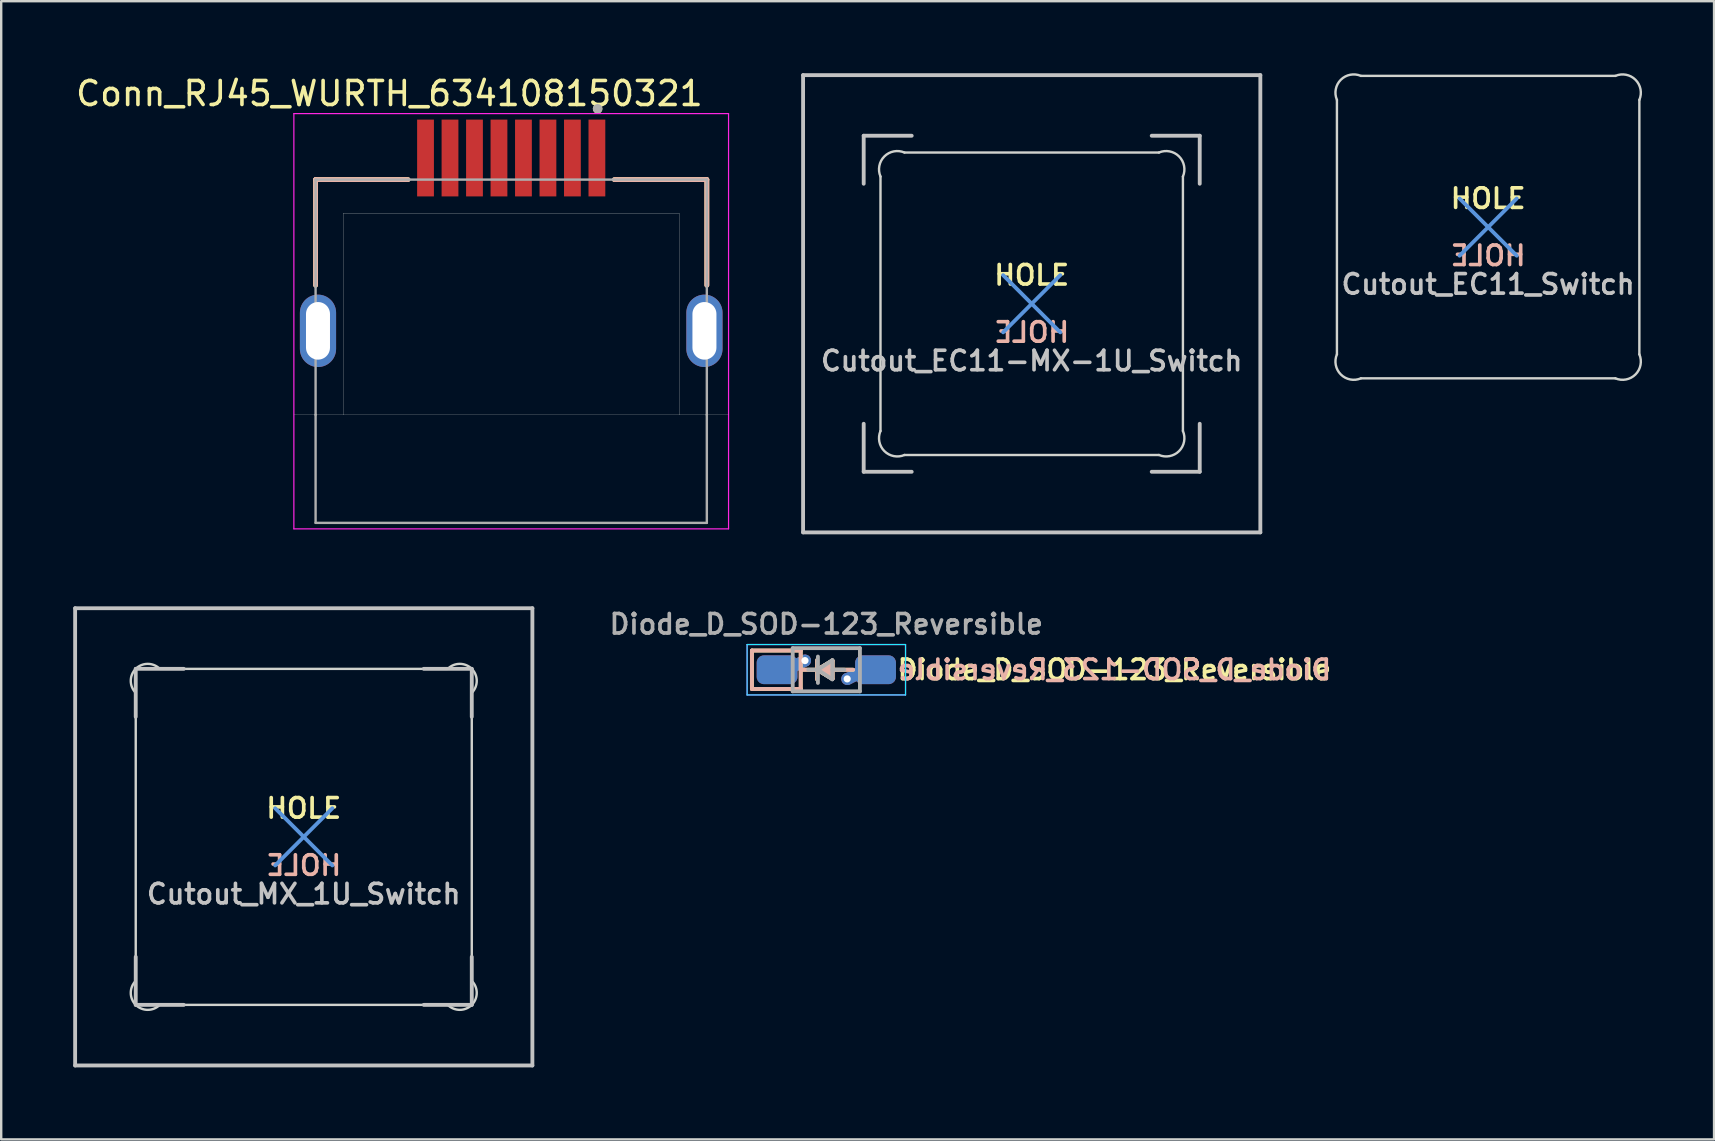
<source format=kicad_pcb>
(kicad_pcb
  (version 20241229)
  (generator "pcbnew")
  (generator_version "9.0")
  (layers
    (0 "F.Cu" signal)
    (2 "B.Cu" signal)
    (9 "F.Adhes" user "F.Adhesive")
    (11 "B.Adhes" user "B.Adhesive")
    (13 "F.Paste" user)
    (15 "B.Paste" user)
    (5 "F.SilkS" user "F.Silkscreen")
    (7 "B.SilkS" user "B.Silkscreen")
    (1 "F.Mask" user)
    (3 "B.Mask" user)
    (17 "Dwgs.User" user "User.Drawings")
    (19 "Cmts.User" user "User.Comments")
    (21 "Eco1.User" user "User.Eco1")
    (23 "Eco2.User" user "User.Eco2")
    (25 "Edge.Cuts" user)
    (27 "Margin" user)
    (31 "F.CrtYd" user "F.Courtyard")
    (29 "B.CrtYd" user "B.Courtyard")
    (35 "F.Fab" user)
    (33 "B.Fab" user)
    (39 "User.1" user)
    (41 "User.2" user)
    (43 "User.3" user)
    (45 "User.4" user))
  (footprint "Cutout_MX_1U_Switch"
    (layer "F.Cu")
    (at 9.605 31.815)
    (property "Reference" "Cutout_MX_1U_Switch" (at 0 2.381 0) (layer "Dwgs.User") (effects (font (size 0.813 0.813) (thickness 0.152))))
    (attr exclude_from_pos_files exclude_from_bom)
    (fp_line (start -9.525 -9.525) (end 9.525 -9.525) (stroke (width 0.16) (type solid)) (layer "Dwgs.User"))
    (fp_line (start -9.525 9.525) (end -9.525 -9.525) (stroke (width 0.16) (type solid)) (layer "Dwgs.User"))
    (fp_line (start -7 -7) (end -7 -5) (stroke (width 0.16) (type solid)) (layer "Dwgs.User"))
    (fp_line (start -7 5) (end -7 7) (stroke (width 0.16) (type solid)) (layer "Dwgs.User"))
    (fp_line (start -7 7) (end -5 7) (stroke (width 0.16) (type solid)) (layer "Dwgs.User"))
    (fp_line (start -5 -7) (end -7 -7) (stroke (width 0.16) (type solid)) (layer "Dwgs.User"))
    (fp_line (start 5 -7) (end 7 -7) (stroke (width 0.16) (type solid)) (layer "Dwgs.User"))
    (fp_line (start 5 7) (end 7 7) (stroke (width 0.16) (type solid)) (layer "Dwgs.User"))
    (fp_line (start 7 -7) (end 7 -5) (stroke (width 0.16) (type solid)) (layer "Dwgs.User"))
    (fp_line (start 7 7) (end 7 5) (stroke (width 0.16) (type solid)) (layer "Dwgs.User"))
    (fp_line (start 9.525 -9.525) (end 9.525 9.525) (stroke (width 0.16) (type solid)) (layer "Dwgs.User"))
    (fp_line (start 9.525 9.525) (end -9.525 9.525) (stroke (width 0.16) (type solid)) (layer "Dwgs.User"))
    (fp_line (start -1.191 -1.191) (end 1.191 1.191) (stroke (width 0.16) (type solid)) (layer "Cmts.User"))
    (fp_line (start -1.191 1.191) (end 1.191 -1.191) (stroke (width 0.16) (type solid)) (layer "Cmts.User"))
    (fp_line (start -7 6) (end -7 -6) (stroke (width 0.1) (type solid)) (layer "Edge.Cuts"))
    (fp_line (start -6 -7) (end 6 -7) (stroke (width 0.1) (type solid)) (layer "Edge.Cuts"))
    (fp_line (start 6 7) (end -6 7) (stroke (width 0.1) (type solid)) (layer "Edge.Cuts"))
    (fp_line (start 7 -6) (end 7 6) (stroke (width 0.1) (type solid)) (layer "Edge.Cuts"))
    (fp_arc (start -7 -6) (mid -7 -7) (end -6 -7) (stroke (width 0.1) (type solid)) (layer "Edge.Cuts"))
    (fp_arc (start -6 7) (mid -7 7) (end -7 6) (stroke (width 0.1) (type solid)) (layer "Edge.Cuts"))
    (fp_arc (start 6 -7) (mid 7 -7) (end 7 -6) (stroke (width 0.1) (type solid)) (layer "Edge.Cuts"))
    (fp_arc (start 7 6) (mid 7 7) (end 6 7) (stroke (width 0.1) (type solid)) (layer "Edge.Cuts"))
    (fp_text user "HOLE" (at 0 -1.191 0) (layer "F.SilkS") (effects (font (size 0.813 0.813) (thickness 0.152))))
    (fp_text user "HOLE" (at 0 1.191 0) (layer "B.SilkS") (effects (font (size 0.813 0.813) (thickness 0.152)) (justify mirror))))
  (footprint "Cutout_EC11-MX-1U_Switch"
    (layer "F.Cu")
    (at 39.933 9.605)
    (property "Reference" "Cutout_EC11-MX-1U_Switch" (at 0 2.381 0) (layer "Dwgs.User") (effects (font (size 0.813 0.813) (thickness 0.152))))
    (attr exclude_from_pos_files exclude_from_bom)
    (fp_line (start -9.525 -9.525) (end 9.525 -9.525) (stroke (width 0.16) (type solid)) (layer "Dwgs.User"))
    (fp_line (start -9.525 9.525) (end -9.525 -9.525) (stroke (width 0.16) (type solid)) (layer "Dwgs.User"))
    (fp_line (start -7 -7) (end -7 -5) (stroke (width 0.16) (type solid)) (layer "Dwgs.User"))
    (fp_line (start -7 5) (end -7 7) (stroke (width 0.16) (type solid)) (layer "Dwgs.User"))
    (fp_line (start -7 7) (end -5 7) (stroke (width 0.16) (type solid)) (layer "Dwgs.User"))
    (fp_line (start -5 -7) (end -7 -7) (stroke (width 0.16) (type solid)) (layer "Dwgs.User"))
    (fp_line (start 5 -7) (end 7 -7) (stroke (width 0.16) (type solid)) (layer "Dwgs.User"))
    (fp_line (start 5 7) (end 7 7) (stroke (width 0.16) (type solid)) (layer "Dwgs.User"))
    (fp_line (start 7 -7) (end 7 -5) (stroke (width 0.16) (type solid)) (layer "Dwgs.User"))
    (fp_line (start 7 7) (end 7 5) (stroke (width 0.16) (type solid)) (layer "Dwgs.User"))
    (fp_line (start 9.525 -9.525) (end 9.525 9.525) (stroke (width 0.16) (type solid)) (layer "Dwgs.User"))
    (fp_line (start 9.525 9.525) (end -9.525 9.525) (stroke (width 0.16) (type solid)) (layer "Dwgs.User"))
    (fp_line (start -1.191 -1.191) (end 1.191 1.191) (stroke (width 0.16) (type solid)) (layer "Cmts.User"))
    (fp_line (start -1.191 1.191) (end 1.191 -1.191) (stroke (width 0.16) (type solid)) (layer "Cmts.User"))
    (fp_line (start -6.3 5.3) (end -6.3 -5.3) (stroke (width 0.1) (type solid)) (layer "Edge.Cuts"))
    (fp_line (start -5.3 -6.3) (end 5.3 -6.3) (stroke (width 0.1) (type solid)) (layer "Edge.Cuts"))
    (fp_line (start 5.3 6.3) (end -5.3 6.3) (stroke (width 0.1) (type solid)) (layer "Edge.Cuts"))
    (fp_line (start 6.3 -5.3) (end 6.3 5.3) (stroke (width 0.1) (type solid)) (layer "Edge.Cuts"))
    (fp_arc (start -6.3 -5.3) (mid -6.138516 -6.138516) (end -5.3 -6.3) (stroke (width 0.1) (type solid)) (layer "Edge.Cuts"))
    (fp_arc (start -5.3 6.3) (mid -6.138516 6.138516) (end -6.3 5.3) (stroke (width 0.1) (type solid)) (layer "Edge.Cuts"))
    (fp_arc (start 5.3 -6.3) (mid 6.138516 -6.138516) (end 6.3 -5.3) (stroke (width 0.1) (type solid)) (layer "Edge.Cuts"))
    (fp_arc (start 6.3 5.3) (mid 6.138516 6.138516) (end 5.3 6.3) (stroke (width 0.1) (type solid)) (layer "Edge.Cuts"))
    (fp_text user "HOLE" (at 0 -1.191 0) (layer "F.SilkS") (effects (font (size 0.813 0.813) (thickness 0.152))))
    (fp_text user "HOLE" (at 0 1.191 0) (layer "B.SilkS") (effects (font (size 0.813 0.813) (thickness 0.152)) (justify mirror))))
  (footprint "Diode_D_SOD-123_Reversible"
    (layer "F.Cu")
    (at 31.376 24.853)
    (property "Reference" "Diode_D_SOD-123_Reversible" (at 2.882 0 0) (layer "F.SilkS") (effects (font (size 0.813 0.813) (thickness 0.152)) (justify left)))
    (attr smd)
    (fp_line (start -3.1 -0.8) (end -1.067 -0.8) (stroke (width 0.16) (type solid)) (layer "F.SilkS"))
    (fp_line (start -3.1 0.8) (end -3.1 -0.8) (stroke (width 0.16) (type solid)) (layer "F.SilkS"))
    (fp_line (start -1.067 -0.8) (end -1.067 0.8) (stroke (width 0.16) (type solid)) (layer "F.SilkS"))
    (fp_line (start -1.067 0.8) (end -3.1 0.8) (stroke (width 0.16) (type solid)) (layer "F.SilkS"))
    (fp_line (start -1.041 0) (end -0.381 0) (stroke (width 0.16) (type solid)) (layer "F.SilkS"))
    (fp_line (start -0.381 -0.406) (end -0.381 0.406) (stroke (width 0.16) (type solid)) (layer "F.SilkS"))
    (fp_line (start -0.381 0) (end 0.254 -0.381) (stroke (width 0.16) (type solid)) (layer "F.SilkS"))
    (fp_line (start 0.254 -0.381) (end 0.254 0.381) (stroke (width 0.16) (type solid)) (layer "F.SilkS"))
    (fp_line (start 0.254 0) (end 1.118 0) (stroke (width 0.16) (type solid)) (layer "F.SilkS"))
    (fp_line (start 0.254 0.381) (end -0.381 0) (stroke (width 0.16) (type solid)) (layer "F.SilkS"))
    (fp_poly (pts (xy 0.254 0.381) (xy -0.381 0) (xy 0.254 -0.381)) (stroke (width 0.16) (type solid)) (fill yes) (layer "F.SilkS"))
    (fp_line (start -3.1 -0.8) (end -3.1 0.8) (stroke (width 0.16) (type solid)) (layer "B.SilkS"))
    (fp_line (start -3.1 0.8) (end -1.067 0.8) (stroke (width 0.16) (type solid)) (layer "B.SilkS"))
    (fp_line (start -1.067 -0.8) (end -3.1 -0.8) (stroke (width 0.16) (type solid)) (layer "B.SilkS"))
    (fp_line (start -1.067 0.8) (end -1.067 -0.8) (stroke (width 0.16) (type solid)) (layer "B.SilkS"))
    (fp_line (start -1.041 0) (end -0.381 0) (stroke (width 0.16) (type solid)) (layer "B.SilkS"))
    (fp_line (start -0.381 0) (end 0.254 0.381) (stroke (width 0.16) (type solid)) (layer "B.SilkS"))
    (fp_line (start -0.381 0.406) (end -0.381 -0.406) (stroke (width 0.16) (type solid)) (layer "B.SilkS"))
    (fp_line (start 0.254 -0.381) (end -0.381 0) (stroke (width 0.16) (type solid)) (layer "B.SilkS"))
    (fp_line (start 0.254 0) (end 1.118 0) (stroke (width 0.16) (type solid)) (layer "B.SilkS"))
    (fp_line (start 0.254 0.381) (end 0.254 -0.381) (stroke (width 0.16) (type solid)) (layer "B.SilkS"))
    (fp_poly (pts (xy 0.254 -0.381) (xy -0.381 0) (xy 0.254 0.381)) (stroke (width 0.16) (type solid)) (fill yes) (layer "B.SilkS"))
    (fp_line (start -3.3 -1.05) (end -3.3 1.05) (stroke (width 0.05) (type solid)) (layer "B.CrtYd"))
    (fp_line (start -3.3 -1.05) (end 3.3 -1.05) (stroke (width 0.05) (type solid)) (layer "B.CrtYd"))
    (fp_line (start 3.3 -1.05) (end 3.3 1.05) (stroke (width 0.05) (type solid)) (layer "B.CrtYd"))
    (fp_line (start 3.3 1.05) (end -3.3 1.05) (stroke (width 0.05) (type solid)) (layer "B.CrtYd"))
    (fp_line (start -3.3 -1.05) (end -3.3 1.05) (stroke (width 0.05) (type solid)) (layer "F.CrtYd"))
    (fp_line (start -3.3 -1.05) (end 3.3 -1.05) (stroke (width 0.05) (type solid)) (layer "F.CrtYd"))
    (fp_line (start 3.3 -1.05) (end 3.3 1.05) (stroke (width 0.05) (type solid)) (layer "F.CrtYd"))
    (fp_line (start 3.3 1.05) (end -3.3 1.05) (stroke (width 0.05) (type solid)) (layer "F.CrtYd"))
    (fp_line (start -1.4 -0.9) (end 1.4 -0.9) (stroke (width 0.16) (type solid)) (layer "F.Fab"))
    (fp_line (start -1.4 0.9) (end -1.4 -0.9) (stroke (width 0.16) (type solid)) (layer "F.Fab"))
    (fp_line (start -0.75 0) (end -0.35 0) (stroke (width 0.16) (type solid)) (layer "F.Fab"))
    (fp_line (start -0.35 0) (end -0.35 -0.55) (stroke (width 0.16) (type solid)) (layer "F.Fab"))
    (fp_line (start -0.35 0) (end -0.35 0.55) (stroke (width 0.16) (type solid)) (layer "F.Fab"))
    (fp_line (start -0.35 0) (end 0.25 -0.4) (stroke (width 0.16) (type solid)) (layer "F.Fab"))
    (fp_line (start 0.25 -0.4) (end 0.25 0.4) (stroke (width 0.16) (type solid)) (layer "F.Fab"))
    (fp_line (start 0.25 0) (end 0.75 0) (stroke (width 0.16) (type solid)) (layer "F.Fab"))
    (fp_line (start 0.25 0.4) (end -0.35 0) (stroke (width 0.16) (type solid)) (layer "F.Fab"))
    (fp_line (start 1.4 -0.9) (end 1.4 0.9) (stroke (width 0.16) (type solid)) (layer "F.Fab"))
    (fp_line (start 1.4 0.9) (end -1.4 0.9) (stroke (width 0.16) (type solid)) (layer "F.Fab"))
    (fp_text user "${REFERENCE}" (at 2.882 0 0) (layer "B.SilkS") (effects (font (size 0.813 0.813) (thickness 0.152)) (justify right mirror)))
    (fp_text user "${REFERENCE}" (at 0 -1.9 0) (layer "F.Fab") (effects (font (size 0.813 0.813) (thickness 0.152))))
    (pad "1" smd roundrect (at -2.051 0) (size 1.701 1.2) (layers "F.Cu" "F.Mask" "F.Paste") (roundrect_rratio 0.25))
    (pad "1" smd roundrect (at -2.051 0) (size 1.701 1.2) (layers "B.Cu" "B.Mask" "B.Paste") (roundrect_rratio 0.25))
    (pad "1" smd custom (at -1.651 0) (size 0.01 0.01) (layers "F.Cu") (options (anchor circle)) (primitives (gr_line (start 0.762 -0.381) (end 0 0) (width 0.5))))
    (pad "1" smd custom (at -1.651 0) (size 0.01 0.01) (layers "B.Cu") (options (anchor circle)) (primitives (gr_line (start 0.762 -0.381) (end 0 0) (width 0.5))))
    (pad "1" thru_hole circle (at -0.889 -0.381) (size 0.5 0.5) (drill 0.3) (layers "*.Cu"))
    (pad "2" thru_hole circle (at 0.87 0.381) (size 0.5 0.5) (drill 0.3) (layers "*.Cu"))
    (pad "2" smd custom (at 1.651 0) (size 0.01 0.01) (layers "F.Cu") (options (anchor circle)) (primitives (gr_line (start -0.761 0.381) (end 0.001 0) (width 0.5))))
    (pad "2" smd custom (at 1.651 0) (size 0.01 0.01) (layers "B.Cu") (options (anchor circle)) (primitives (gr_line (start -0.761 0.381) (end 0.001 0) (width 0.5))))
    (pad "2" smd roundrect (at 2.051 0) (size 1.701 1.2) (layers "F.Cu" "F.Mask" "F.Paste") (roundrect_rratio 0.25))
    (pad "2" smd roundrect (at 2.051 0) (size 1.701 1.2) (layers "B.Cu" "B.Mask" "B.Paste") (roundrect_rratio 0.25)))
  (footprint "Cutout_EC11_Switch"
    (layer "F.Cu")
    (at 58.949 6.412)
    (property "Reference" "Cutout_EC11_Switch" (at 0 2.381 0) (layer "Dwgs.User") (effects (font (size 0.813 0.813) (thickness 0.152))))
    (attr exclude_from_pos_files exclude_from_bom)
    (fp_line (start -1.191 -1.191) (end 1.191 1.191) (stroke (width 0.16) (type solid)) (layer "Cmts.User"))
    (fp_line (start -1.191 1.191) (end 1.191 -1.191) (stroke (width 0.16) (type solid)) (layer "Cmts.User"))
    (fp_line (start -6.3 5.3) (end -6.3 -5.3) (stroke (width 0.1) (type solid)) (layer "Edge.Cuts"))
    (fp_line (start -5.3 -6.3) (end 5.3 -6.3) (stroke (width 0.1) (type solid)) (layer "Edge.Cuts"))
    (fp_line (start 5.3 6.3) (end -5.3 6.3) (stroke (width 0.1) (type solid)) (layer "Edge.Cuts"))
    (fp_line (start 6.3 -5.3) (end 6.3 5.3) (stroke (width 0.1) (type solid)) (layer "Edge.Cuts"))
    (fp_arc (start -6.3 -5.3) (mid -6.138516 -6.138516) (end -5.3 -6.3) (stroke (width 0.1) (type solid)) (layer "Edge.Cuts"))
    (fp_arc (start -5.3 6.3) (mid -6.138516 6.138516) (end -6.3 5.3) (stroke (width 0.1) (type solid)) (layer "Edge.Cuts"))
    (fp_arc (start 5.3 -6.3) (mid 6.138516 -6.138516) (end 6.3 -5.3) (stroke (width 0.1) (type solid)) (layer "Edge.Cuts"))
    (fp_arc (start 6.3 5.3) (mid 6.138516 6.138516) (end 5.3 6.3) (stroke (width 0.1) (type solid)) (layer "Edge.Cuts"))
    (fp_text user "HOLE" (at 0 -1.191 0) (layer "F.SilkS") (effects (font (size 0.813 0.813) (thickness 0.152))))
    (fp_text user "HOLE" (at 0 1.191 0) (layer "B.SilkS") (effects (font (size 0.813 0.813) (thickness 0.152)) (justify mirror))))
  (footprint "Conn_RJ45_WURTH_634108150321"
    (layer "F.Cu")
    (at 18.248 10.733)
    (property "Reference" "Conn_RJ45_WURTH_634108150321" (at -5.075 -9.885 0) (layer "F.SilkS") (effects (font (size 1 1) (thickness 0.15))))
    (attr smd)
    (fp_line (start -8.15 -6.3) (end -8.15 -1.9) (stroke (width 0.2) (type solid)) (layer "F.SilkS"))
    (fp_line (start -4.3 -6.3) (end -8.15 -6.3) (stroke (width 0.2) (type solid)) (layer "F.SilkS"))
    (fp_line (start 4.3 -6.3) (end 8.15 -6.3) (stroke (width 0.2) (type solid)) (layer "F.SilkS"))
    (fp_line (start 8.15 -6.3) (end 8.15 -1.9) (stroke (width 0.2) (type solid)) (layer "F.SilkS"))
    (fp_circle (center 3.6 -9.25) (end 3.7 -9.25) (stroke (width 0.2) (type solid)) (fill no) (layer "F.SilkS"))
    (fp_line (start -8.15 -6.3) (end -8.15 -1.9) (stroke (width 0.2) (type solid)) (layer "B.SilkS"))
    (fp_line (start -4.3 -6.3) (end -8.15 -6.3) (stroke (width 0.2) (type solid)) (layer "B.SilkS"))
    (fp_line (start 4.3 -6.3) (end 8.15 -6.3) (stroke (width 0.2) (type solid)) (layer "B.SilkS"))
    (fp_line (start 8.15 -6.3) (end 8.15 -1.9) (stroke (width 0.2) (type solid)) (layer "B.SilkS"))
    (fp_line (start -9.05 3.5) (end -7 3.5) (stroke (width 0.01) (type solid)) (layer "Edge.Cuts"))
    (fp_line (start -7 -4.9) (end -7 3.5) (stroke (width 0.01) (type solid)) (layer "Edge.Cuts"))
    (fp_line (start -7 -4.9) (end 7 -4.9) (stroke (width 0.01) (type solid)) (layer "Edge.Cuts"))
    (fp_line (start -7 3.5) (end 7 3.5) (stroke (width 0.01) (type solid)) (layer "Edge.Cuts"))
    (fp_line (start 7 -4.9) (end 7 3.5) (stroke (width 0.01) (type solid)) (layer "Edge.Cuts"))
    (fp_line (start 7 3.5) (end 9.05 3.5) (stroke (width 0.01) (type solid)) (layer "Edge.Cuts"))
    (fp_line (start -9.055 -9.05) (end 9.055 -9.05) (stroke (width 0.05) (type solid)) (layer "F.CrtYd"))
    (fp_line (start -9.055 8.25) (end -9.055 -9.05) (stroke (width 0.05) (type solid)) (layer "F.CrtYd"))
    (fp_line (start 9.055 -9.05) (end 9.055 8.25) (stroke (width 0.05) (type solid)) (layer "F.CrtYd"))
    (fp_line (start 9.055 8.25) (end -9.055 8.25) (stroke (width 0.05) (type solid)) (layer "F.CrtYd"))
    (fp_line (start -8.15 -6.3) (end 8.15 -6.3) (stroke (width 0.1) (type solid)) (layer "F.Fab"))
    (fp_line (start -8.15 3.5) (end -8.15 -6.3) (stroke (width 0.1) (type solid)) (layer "F.Fab"))
    (fp_line (start -8.15 8) (end -8.15 3.5) (stroke (width 0.1) (type solid)) (layer "F.Fab"))
    (fp_line (start 8.15 3.5) (end 8.15 -6.3) (stroke (width 0.1) (type solid)) (layer "F.Fab"))
    (fp_line (start 8.15 8) (end -8.15 8) (stroke (width 0.1) (type solid)) (layer "F.Fab"))
    (fp_line (start 8.15 8) (end 8.15 3.5) (stroke (width 0.1) (type solid)) (layer "F.Fab"))
    (fp_circle (center 3.6 -9.25) (end 3.7 -9.25) (stroke (width 0.2) (type solid)) (fill no) (layer "F.Fab"))
    (pad "1" smd rect (at 3.57 -7.2) (size 0.7 3.2) (layers "F.Cu" "F.Mask" "F.Paste"))
    (pad "2" smd rect (at 2.55 -7.2) (size 0.7 3.2) (layers "F.Cu" "F.Mask" "F.Paste"))
    (pad "3" smd rect (at 1.53 -7.2) (size 0.7 3.2) (layers "F.Cu" "F.Mask" "F.Paste"))
    (pad "4" smd rect (at 0.51 -7.2) (size 0.7 3.2) (layers "F.Cu" "F.Mask" "F.Paste"))
    (pad "5" smd rect (at -0.51 -7.2) (size 0.7 3.2) (layers "F.Cu" "F.Mask" "F.Paste"))
    (pad "6" smd rect (at -1.53 -7.2) (size 0.7 3.2) (layers "F.Cu" "F.Mask" "F.Paste"))
    (pad "7" smd rect (at -2.55 -7.2) (size 0.7 3.2) (layers "F.Cu" "F.Mask" "F.Paste"))
    (pad "8" smd rect (at -3.57 -7.2) (size 0.7 3.2) (layers "F.Cu" "F.Mask" "F.Paste"))
    (pad "SHIELD1" thru_hole oval (at -8.05 0) (size 1.508 3.016) (drill oval 1 2.4) (layers "*.Cu" "*.Mask"))
    (pad "SHIELD2" thru_hole oval (at 8.05 0) (size 1.508 3.016) (drill oval 1 2.4) (layers "*.Cu" "*.Mask")))
  (gr_rect
    (start -3 -3)
    (end 68.361 44.42)
    (stroke (width 0.1) (type default))
    (fill no)
    (layer "Edge.Cuts")))
</source>
